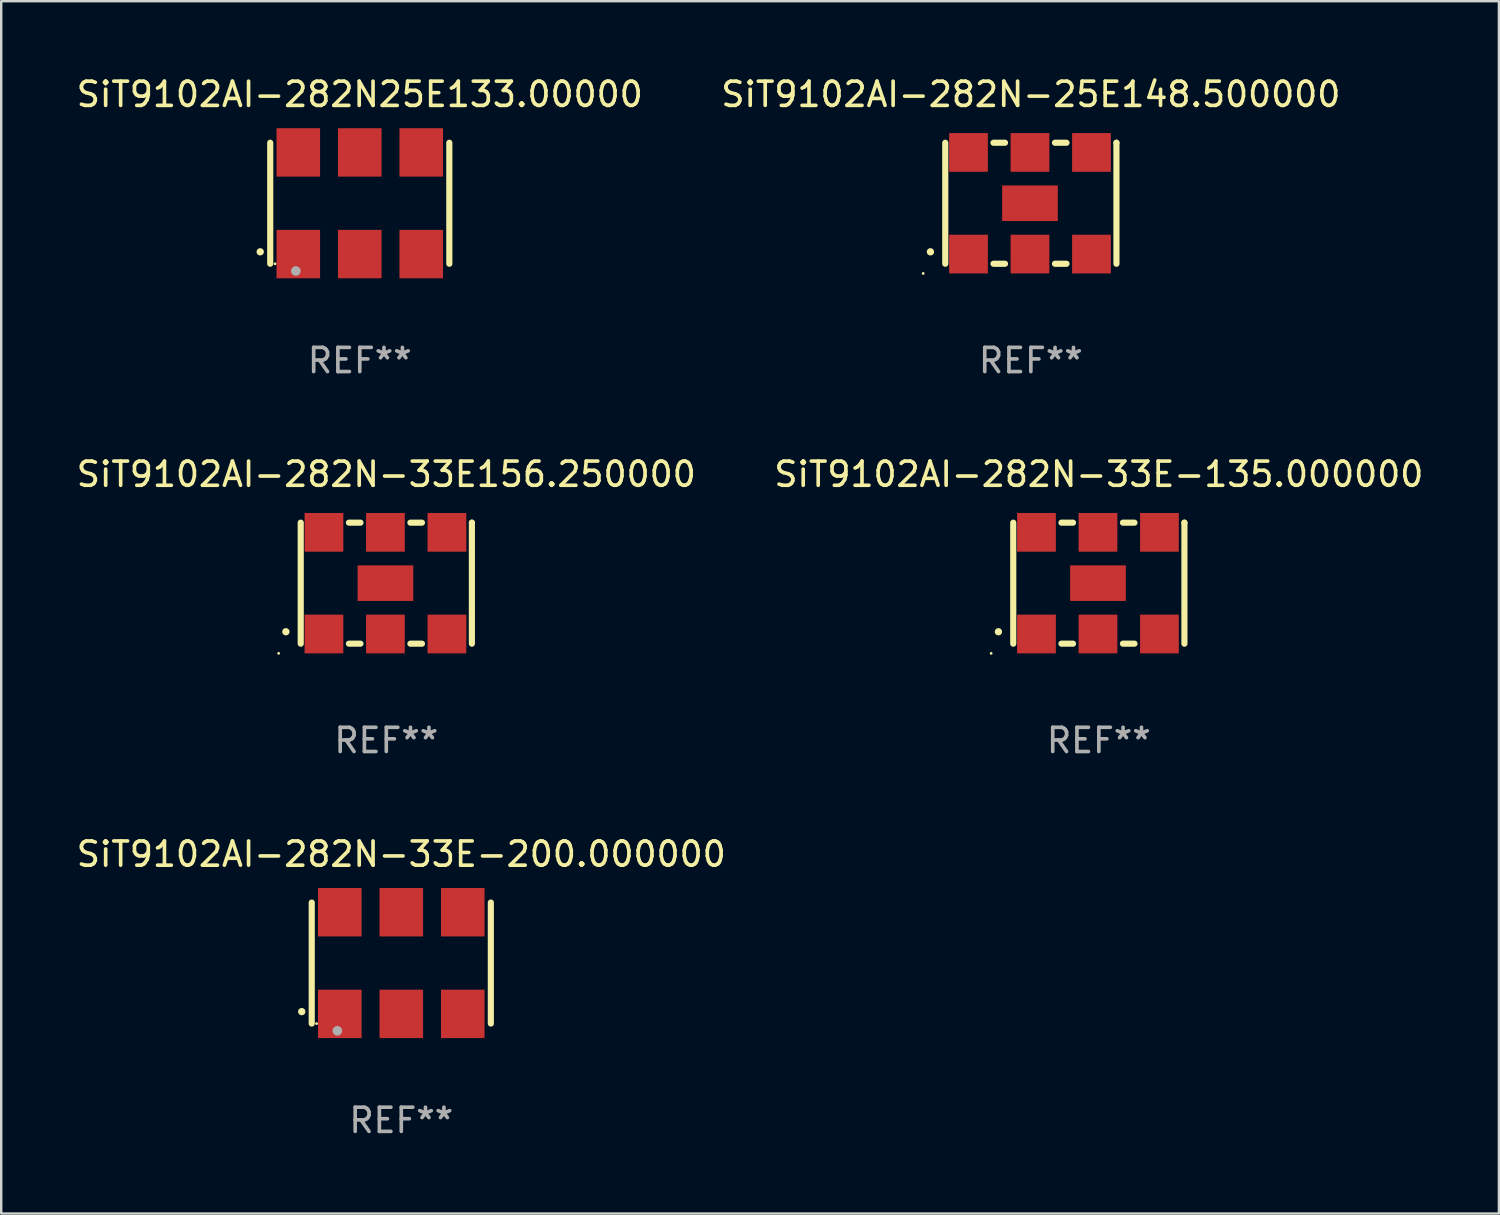
<source format=kicad_pcb>
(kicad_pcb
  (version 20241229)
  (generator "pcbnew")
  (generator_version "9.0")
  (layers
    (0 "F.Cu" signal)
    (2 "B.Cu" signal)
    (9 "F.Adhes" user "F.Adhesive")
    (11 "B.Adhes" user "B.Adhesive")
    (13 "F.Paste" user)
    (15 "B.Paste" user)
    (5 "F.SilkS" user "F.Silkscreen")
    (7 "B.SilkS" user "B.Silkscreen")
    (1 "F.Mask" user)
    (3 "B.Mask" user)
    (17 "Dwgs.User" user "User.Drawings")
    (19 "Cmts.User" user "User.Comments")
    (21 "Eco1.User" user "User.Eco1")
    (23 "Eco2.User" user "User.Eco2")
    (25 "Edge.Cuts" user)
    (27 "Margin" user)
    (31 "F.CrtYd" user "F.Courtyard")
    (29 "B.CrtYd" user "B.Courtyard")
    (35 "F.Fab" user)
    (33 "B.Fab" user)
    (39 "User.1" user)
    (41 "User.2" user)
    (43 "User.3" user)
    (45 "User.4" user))
  (footprint "SiT9102AI-282N-33E156.250000"
    (layer "F.Cu")
    (at 12.911 21.045)
    (property "Reference" "SiT9102AI-282N-33E156.250000" (at 0 -4.5 0) (layer "F.SilkS") (effects (font (size 1 1) (thickness 0.15))))
    (attr through_hole)
    (fp_line (start -3.536 -2.5) (end -3.536 2.5) (stroke (width 0.254) (type solid)) (layer "F.SilkS"))
    (fp_line (start -1.544 2.5) (end -1.067 2.5) (stroke (width 0.254) (type solid)) (layer "F.SilkS"))
    (fp_line (start -1.067 -2.5) (end -1.544 -2.5) (stroke (width 0.254) (type solid)) (layer "F.SilkS"))
    (fp_line (start 0.996 2.5) (end 1.473 2.5) (stroke (width 0.254) (type solid)) (layer "F.SilkS"))
    (fp_line (start 1.473 -2.5) (end 0.996 -2.5) (stroke (width 0.254) (type solid)) (layer "F.SilkS"))
    (fp_line (start 3.536 -2.5) (end 3.536 -2.5) (stroke (width 0.254) (type solid)) (layer "F.SilkS"))
    (fp_line (start 3.536 2.5) (end 3.536 -2.5) (stroke (width 0.254) (type solid)) (layer "F.SilkS"))
    (fp_arc (start -4.150432 2.006604) (mid -4.149162 2.006599) (end -4.147892 2.006604) (stroke (width 0.3) (type solid)) (layer "F.SilkS"))
    (fp_circle (center -4.449 2.9) (end -4.419 2.9) (stroke (width 0.06) (type solid)) (fill no) (layer "F.SilkS"))
    (fp_text user "REF**" (at 0 6.5 0) (layer "F.Fab") (effects (font (size 1 1) (thickness 0.15))))
    (pad "1" smd rect (at -2.576 2.1) (size 1.6 1.6) (layers "F.Cu" "F.Mask" "F.Paste"))
    (pad "2" smd rect (at -0.036 2.1) (size 1.6 1.6) (layers "F.Cu" "F.Mask" "F.Paste"))
    (pad "3" smd rect (at 2.504 2.1) (size 1.6 1.6) (layers "F.Cu" "F.Mask" "F.Paste"))
    (pad "4" smd rect (at 2.504 -2.1) (size 1.6 1.6) (layers "F.Cu" "F.Mask" "F.Paste"))
    (pad "5" smd rect (at -0.036 -2.1) (size 1.6 1.6) (layers "F.Cu" "F.Mask" "F.Paste"))
    (pad "6" smd rect (at -2.576 -2.1) (size 1.6 1.6) (layers "F.Cu" "F.Mask" "F.Paste"))
    (pad "7" smd rect (at -0.036 0) (size 2.3 1.47) (layers "F.Cu" "F.Mask" "F.Paste")))
  (footprint "SiT9102AI-282N25E133.00000"
    (layer "F.Cu")
    (at 11.815 5.348)
    (property "Reference" "SiT9102AI-282N25E133.00000" (at 0 -4.5 0) (layer "F.SilkS") (effects (font (size 1 1) (thickness 0.15))))
    (attr through_hole)
    (fp_line (start -3.7 -2.5) (end -3.7 2.5) (stroke (width 0.254) (type solid)) (layer "F.SilkS"))
    (fp_line (start 3.7 -2.5) (end 3.7 2.5) (stroke (width 0.254) (type solid)) (layer "F.SilkS"))
    (fp_arc (start -4.114415 2.006604) (mid -4.113145 2.006599) (end -4.111875 2.006604) (stroke (width 0.3) (type solid)) (layer "F.SilkS"))
    (fp_circle (center -3.5 2.501) (end -3.47 2.501) (stroke (width 0.06) (type solid)) (fill no) (layer "F.SilkS"))
    (fp_circle (center -2.641 2.799) (end -2.541 2.799) (stroke (width 0.2) (type solid)) (fill no) (layer "F.Fab"))
    (fp_text user "REF**" (at 0 6.5 0) (layer "F.Fab") (effects (font (size 1 1) (thickness 0.15))))
    (pad "1" smd rect (at -2.54 2.1) (size 1.8 2) (layers "F.Cu" "F.Mask" "F.Paste"))
    (pad "2" smd rect (at 0.000394 2.1) (size 1.8 2) (layers "F.Cu" "F.Mask" "F.Paste"))
    (pad "3" smd rect (at 2.54 2.1) (size 1.8 2) (layers "F.Cu" "F.Mask" "F.Paste"))
    (pad "4" smd rect (at 2.54 -2.1) (size 1.8 2) (layers "F.Cu" "F.Mask" "F.Paste"))
    (pad "5" smd rect (at 0.000394 -2.1) (size 1.8 2) (layers "F.Cu" "F.Mask" "F.Paste"))
    (pad "6" smd rect (at -2.54 -2.1) (size 1.8 2) (layers "F.Cu" "F.Mask" "F.Paste")))
  (footprint "SiT9102AI-282N-25E148.500000"
    (layer "F.Cu")
    (at 39.542 5.348)
    (property "Reference" "SiT9102AI-282N-25E148.500000" (at 0 -4.5 0) (layer "F.SilkS") (effects (font (size 1 1) (thickness 0.15))))
    (attr through_hole)
    (fp_line (start -3.536 -2.5) (end -3.536 2.5) (stroke (width 0.254) (type solid)) (layer "F.SilkS"))
    (fp_line (start -1.544 2.5) (end -1.067 2.5) (stroke (width 0.254) (type solid)) (layer "F.SilkS"))
    (fp_line (start -1.067 -2.5) (end -1.544 -2.5) (stroke (width 0.254) (type solid)) (layer "F.SilkS"))
    (fp_line (start 0.996 2.5) (end 1.473 2.5) (stroke (width 0.254) (type solid)) (layer "F.SilkS"))
    (fp_line (start 1.473 -2.5) (end 0.996 -2.5) (stroke (width 0.254) (type solid)) (layer "F.SilkS"))
    (fp_line (start 3.536 -2.5) (end 3.536 -2.5) (stroke (width 0.254) (type solid)) (layer "F.SilkS"))
    (fp_line (start 3.536 2.5) (end 3.536 -2.5) (stroke (width 0.254) (type solid)) (layer "F.SilkS"))
    (fp_arc (start -4.150432 2.006604) (mid -4.149162 2.006599) (end -4.147892 2.006604) (stroke (width 0.3) (type solid)) (layer "F.SilkS"))
    (fp_circle (center -4.449 2.9) (end -4.419 2.9) (stroke (width 0.06) (type solid)) (fill no) (layer "F.SilkS"))
    (fp_text user "REF**" (at 0 6.5 0) (layer "F.Fab") (effects (font (size 1 1) (thickness 0.15))))
    (pad "1" smd rect (at -2.576 2.1) (size 1.6 1.6) (layers "F.Cu" "F.Mask" "F.Paste"))
    (pad "2" smd rect (at -0.036 2.1) (size 1.6 1.6) (layers "F.Cu" "F.Mask" "F.Paste"))
    (pad "3" smd rect (at 2.504 2.1) (size 1.6 1.6) (layers "F.Cu" "F.Mask" "F.Paste"))
    (pad "4" smd rect (at 2.504 -2.1) (size 1.6 1.6) (layers "F.Cu" "F.Mask" "F.Paste"))
    (pad "5" smd rect (at -0.036 -2.1) (size 1.6 1.6) (layers "F.Cu" "F.Mask" "F.Paste"))
    (pad "6" smd rect (at -2.576 -2.1) (size 1.6 1.6) (layers "F.Cu" "F.Mask" "F.Paste"))
    (pad "7" smd rect (at -0.036 0) (size 2.3 1.47) (layers "F.Cu" "F.Mask" "F.Paste")))
  (footprint "SiT9102AI-282N-33E-200.000000"
    (layer "F.Cu")
    (at 13.53 36.741)
    (property "Reference" "SiT9102AI-282N-33E-200.000000" (at 0 -4.5 0) (layer "F.SilkS") (effects (font (size 1 1) (thickness 0.15))))
    (attr through_hole)
    (fp_line (start -3.7 -2.5) (end -3.7 2.5) (stroke (width 0.254) (type solid)) (layer "F.SilkS"))
    (fp_line (start 3.7 -2.5) (end 3.7 2.5) (stroke (width 0.254) (type solid)) (layer "F.SilkS"))
    (fp_arc (start -4.114415 2.006604) (mid -4.113145 2.006599) (end -4.111875 2.006604) (stroke (width 0.3) (type solid)) (layer "F.SilkS"))
    (fp_circle (center -3.5 2.501) (end -3.47 2.501) (stroke (width 0.06) (type solid)) (fill no) (layer "F.SilkS"))
    (fp_circle (center -2.641 2.799) (end -2.541 2.799) (stroke (width 0.2) (type solid)) (fill no) (layer "F.Fab"))
    (fp_text user "REF**" (at 0 6.5 0) (layer "F.Fab") (effects (font (size 1 1) (thickness 0.15))))
    (pad "1" smd rect (at -2.54 2.1) (size 1.8 2) (layers "F.Cu" "F.Mask" "F.Paste"))
    (pad "2" smd rect (at 0.000394 2.1) (size 1.8 2) (layers "F.Cu" "F.Mask" "F.Paste"))
    (pad "3" smd rect (at 2.54 2.1) (size 1.8 2) (layers "F.Cu" "F.Mask" "F.Paste"))
    (pad "4" smd rect (at 2.54 -2.1) (size 1.8 2) (layers "F.Cu" "F.Mask" "F.Paste"))
    (pad "5" smd rect (at 0.000394 -2.1) (size 1.8 2) (layers "F.Cu" "F.Mask" "F.Paste"))
    (pad "6" smd rect (at -2.54 -2.1) (size 1.8 2) (layers "F.Cu" "F.Mask" "F.Paste")))
  (footprint "SiT9102AI-282N-33E-135.000000"
    (layer "F.Cu")
    (at 42.351 21.045)
    (property "Reference" "SiT9102AI-282N-33E-135.000000" (at 0 -4.5 0) (layer "F.SilkS") (effects (font (size 1 1) (thickness 0.15))))
    (attr through_hole)
    (fp_line (start -3.536 -2.5) (end -3.536 2.5) (stroke (width 0.254) (type solid)) (layer "F.SilkS"))
    (fp_line (start -1.544 2.5) (end -1.067 2.5) (stroke (width 0.254) (type solid)) (layer "F.SilkS"))
    (fp_line (start -1.067 -2.5) (end -1.544 -2.5) (stroke (width 0.254) (type solid)) (layer "F.SilkS"))
    (fp_line (start 0.996 2.5) (end 1.473 2.5) (stroke (width 0.254) (type solid)) (layer "F.SilkS"))
    (fp_line (start 1.473 -2.5) (end 0.996 -2.5) (stroke (width 0.254) (type solid)) (layer "F.SilkS"))
    (fp_line (start 3.536 -2.5) (end 3.536 -2.5) (stroke (width 0.254) (type solid)) (layer "F.SilkS"))
    (fp_line (start 3.536 2.5) (end 3.536 -2.5) (stroke (width 0.254) (type solid)) (layer "F.SilkS"))
    (fp_arc (start -4.150432 2.006604) (mid -4.149162 2.006599) (end -4.147892 2.006604) (stroke (width 0.3) (type solid)) (layer "F.SilkS"))
    (fp_circle (center -4.449 2.9) (end -4.419 2.9) (stroke (width 0.06) (type solid)) (fill no) (layer "F.SilkS"))
    (fp_text user "REF**" (at 0 6.5 0) (layer "F.Fab") (effects (font (size 1 1) (thickness 0.15))))
    (pad "1" smd rect (at -2.576 2.1) (size 1.6 1.6) (layers "F.Cu" "F.Mask" "F.Paste"))
    (pad "2" smd rect (at -0.036 2.1) (size 1.6 1.6) (layers "F.Cu" "F.Mask" "F.Paste"))
    (pad "3" smd rect (at 2.504 2.1) (size 1.6 1.6) (layers "F.Cu" "F.Mask" "F.Paste"))
    (pad "4" smd rect (at 2.504 -2.1) (size 1.6 1.6) (layers "F.Cu" "F.Mask" "F.Paste"))
    (pad "5" smd rect (at -0.036 -2.1) (size 1.6 1.6) (layers "F.Cu" "F.Mask" "F.Paste"))
    (pad "6" smd rect (at -2.576 -2.1) (size 1.6 1.6) (layers "F.Cu" "F.Mask" "F.Paste"))
    (pad "7" smd rect (at -0.036 0) (size 2.3 1.47) (layers "F.Cu" "F.Mask" "F.Paste")))
  (gr_rect
    (start -3 -3)
    (end 58.881 47.09)
    (stroke (width 0.1) (type default))
    (fill no)
    (layer "Edge.Cuts")))
</source>
